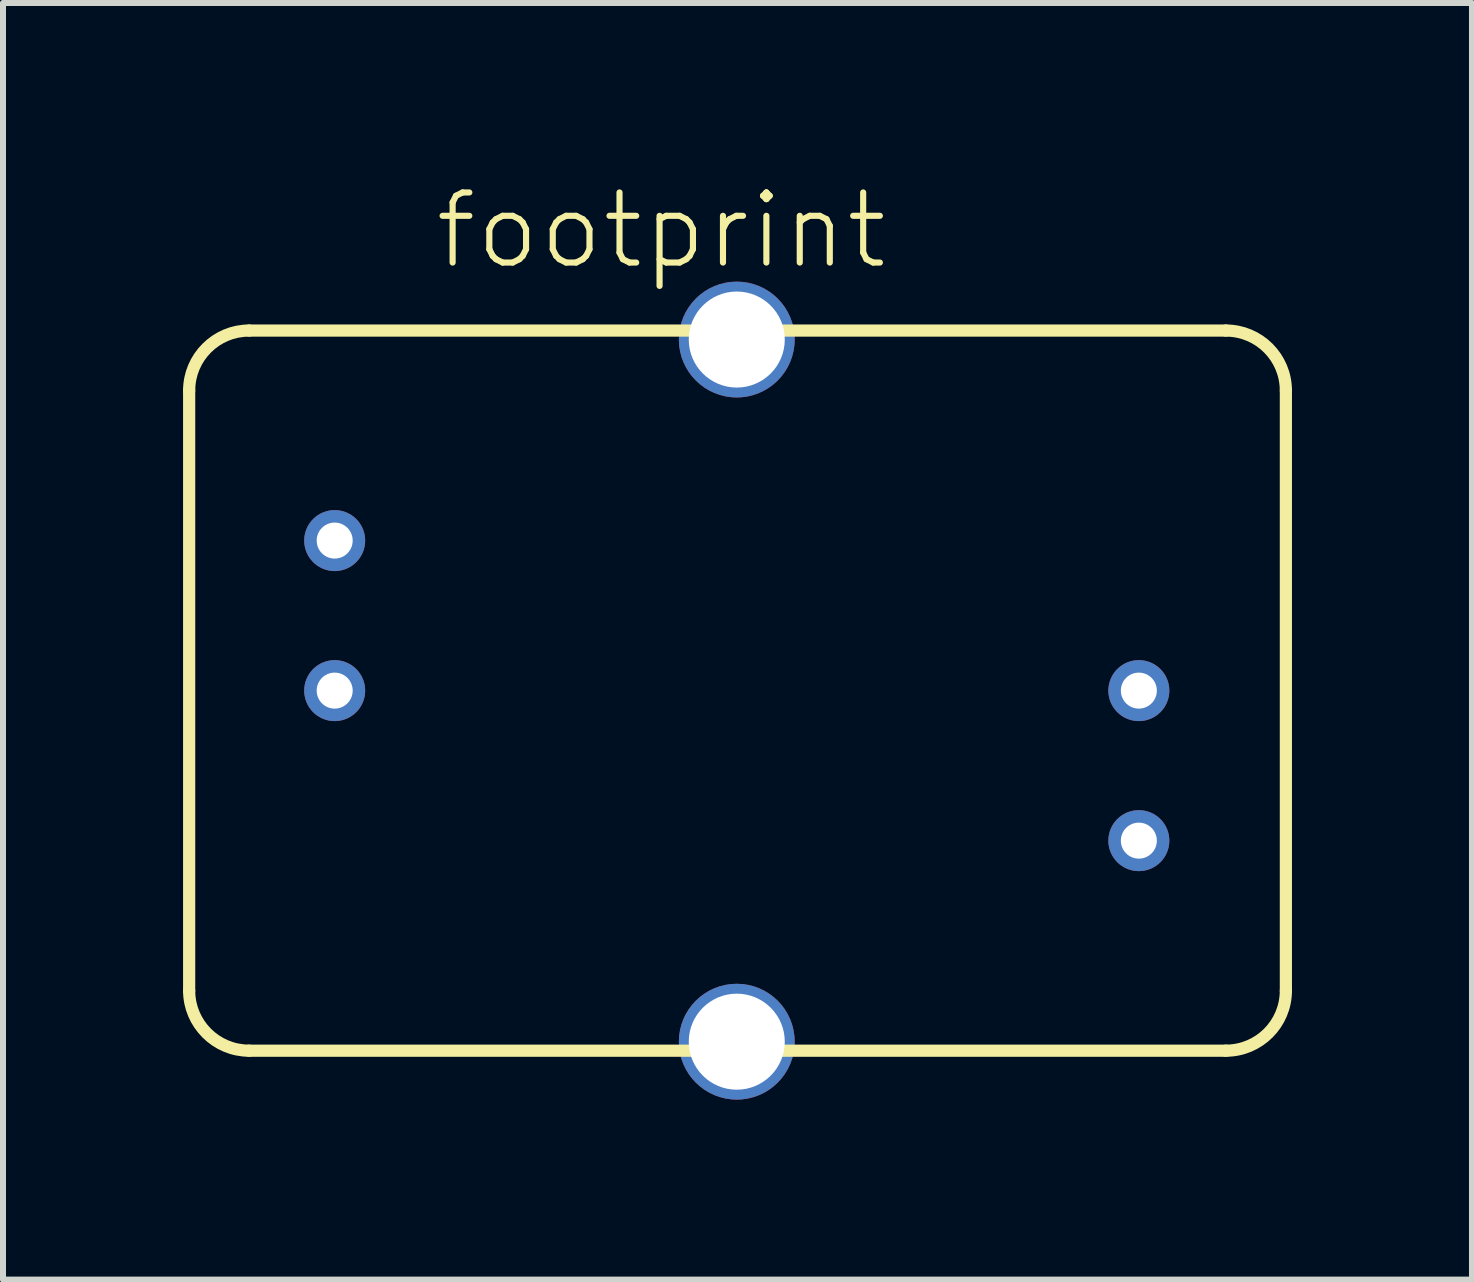
<source format=kicad_pcb>
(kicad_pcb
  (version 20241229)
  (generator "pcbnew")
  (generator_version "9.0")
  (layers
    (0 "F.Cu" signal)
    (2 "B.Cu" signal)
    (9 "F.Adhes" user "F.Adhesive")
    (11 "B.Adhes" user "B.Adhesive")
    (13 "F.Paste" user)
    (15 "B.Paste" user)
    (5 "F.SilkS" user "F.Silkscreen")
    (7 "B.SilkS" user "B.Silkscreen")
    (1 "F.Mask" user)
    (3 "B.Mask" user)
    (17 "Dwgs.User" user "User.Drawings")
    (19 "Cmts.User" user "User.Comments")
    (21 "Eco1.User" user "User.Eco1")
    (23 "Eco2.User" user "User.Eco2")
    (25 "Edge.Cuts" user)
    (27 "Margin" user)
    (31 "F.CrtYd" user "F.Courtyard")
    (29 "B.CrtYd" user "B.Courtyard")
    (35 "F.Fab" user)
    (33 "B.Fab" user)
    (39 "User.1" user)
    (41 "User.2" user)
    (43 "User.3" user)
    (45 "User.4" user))
  (footprint "footprint"
    (layer "F.Cu")
    (at 9.227 8.458)
    (property "Reference" "footprint" (at -5.08 -6.985 0) (layer "F.SilkS") (effects (font (size 1.168 1.168) (thickness 0.102)) (justify left bottom)))
    (fp_line (start -9.125 -5) (end -9.125 5) (stroke (width 0.203) (type solid)) (layer "F.SilkS"))
    (fp_line (start -8.125 6) (end 8.15 6) (stroke (width 0.203) (type solid)) (layer "F.SilkS"))
    (fp_line (start 8.15 -6) (end -8.125 -6) (stroke (width 0.203) (type solid)) (layer "F.SilkS"))
    (fp_line (start 9.15 5) (end 9.15 -5) (stroke (width 0.203) (type solid)) (layer "F.SilkS"))
    (fp_arc (start -9.125 -5) (mid -8.832107 -5.707107) (end -8.125 -6) (stroke (width 0.2032) (type solid)) (layer "F.SilkS"))
    (fp_arc (start -8.125 6) (mid -8.832107 5.707107) (end -9.125 5) (stroke (width 0.2032) (type solid)) (layer "F.SilkS"))
    (fp_arc (start 8.15 -6) (mid 8.857107 -5.707107) (end 9.15 -5) (stroke (width 0.2032) (type solid)) (layer "F.SilkS"))
    (fp_arc (start 9.15 5) (mid 8.857107 5.707107) (end 8.15 6) (stroke (width 0.2032) (type solid)) (layer "F.SilkS"))
    (pad "1" thru_hole circle (at -6.7 -2.5) (size 1.016 1.016) (drill 0.6) (layers "*.Cu" "*.Mask"))
    (pad "2" thru_hole circle (at -6.7 0) (size 1.016 1.016) (drill 0.6) (layers "*.Cu" "*.Mask"))
    (pad "3" thru_hole circle (at 6.7 0 180) (size 1.016 1.016) (drill 0.6) (layers "*.Cu" "*.Mask"))
    (pad "4" thru_hole circle (at 6.7 2.5 180) (size 1.016 1.016) (drill 0.6) (layers "*.Cu" "*.Mask"))
    (pad "S@1" thru_hole circle (at 0 -5.85) (size 1.93 1.93) (drill 1.6) (layers "*.Cu" "*.Mask"))
    (pad "S@2" thru_hole circle (at 0 5.85) (size 1.93 1.93) (drill 1.6) (layers "*.Cu" "*.Mask")))
  (gr_rect
    (start -3 -3)
    (end 21.478 18.273)
    (stroke (width 0.1) (type default))
    (fill no)
    (layer "Edge.Cuts")))
</source>
